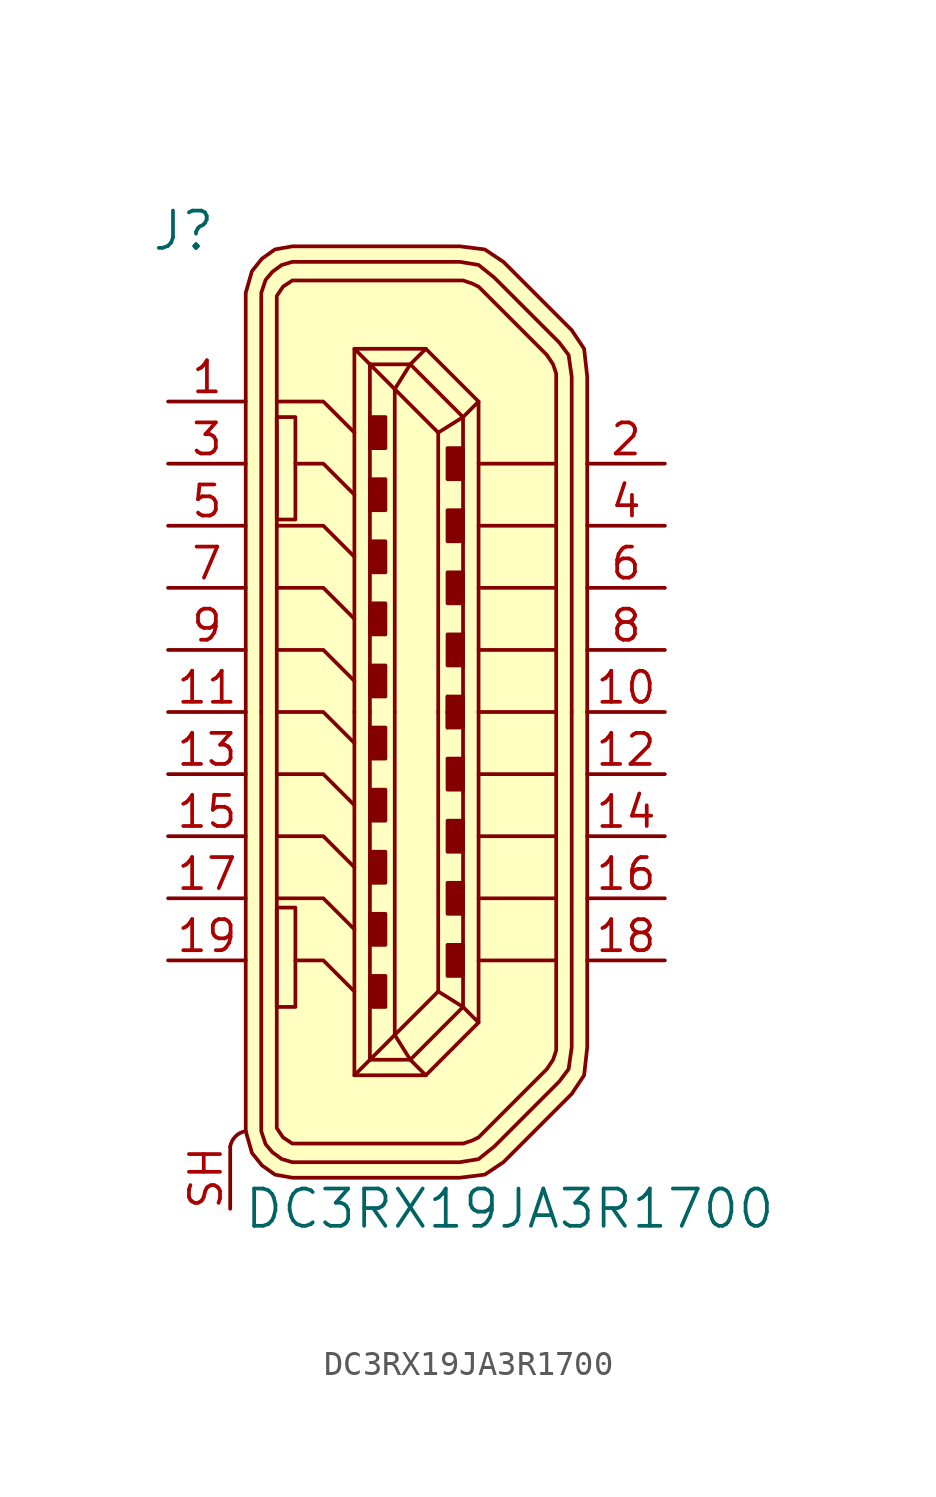
<source format=kicad_sym>
(kicad_symbol_lib
  (version 20201005)
  (generator kicad_symbol_editor)
  (symbol "DC3RX19JA3R1700"
    (pin_names
      (offset 1.016))
    (property "Reference" "J"
      (at -9.525 19.685 0)
      (effects (font (size 1.524 1.524))))
    (property "Value" "DC3RX19JA3R1700"
      (at 3.81 -20.32 0)
      (effects (font (size 1.524 1.524))))
    (symbol "DC3RX19JA3R1700_0_1"
      (arc (start -7.62 -17.78) (end -6.985 -17.145) (radius (at -6.858 -17.907) (length 0.762) (angles 170.5 99.5)) (stroke (width 0)) (fill (type none)))
      (rectangle (start -5.715 -12.065) (end -4.953 -8.001) (stroke (width 0)) (fill (type none)))
      (rectangle (start -5.715 12.065) (end -4.953 7.874) (stroke (width 0)) (fill (type none)))
      (rectangle (start -1.27 -12.065) (end -1.905 -10.795) (stroke (width 0)) (fill (type outline)))
      (rectangle (start -1.27 -9.525) (end -1.905 -8.255) (stroke (width 0)) (fill (type outline)))
      (rectangle (start -1.27 -6.985) (end -1.905 -5.715) (stroke (width 0)) (fill (type outline)))
      (rectangle (start -1.27 -4.445) (end -1.905 -3.175) (stroke (width 0)) (fill (type outline)))
      (rectangle (start -1.27 -1.905) (end -1.905 -0.635) (stroke (width 0)) (fill (type outline)))
      (rectangle (start -1.27 1.905) (end -1.905 0.635) (stroke (width 0)) (fill (type outline)))
      (rectangle (start -1.27 4.445) (end -1.905 3.175) (stroke (width 0)) (fill (type outline)))
      (rectangle (start -1.27 6.985) (end -1.905 5.715) (stroke (width 0)) (fill (type outline)))
      (rectangle (start -1.27 9.525) (end -1.905 8.255) (stroke (width 0)) (fill (type outline)))
      (rectangle (start -1.27 12.065) (end -1.905 10.795) (stroke (width 0)) (fill (type outline)))
      (rectangle (start 1.27 0) (end 1.27 -0.635) (stroke (width 0)) (fill (type none)))
      (rectangle (start 1.27 0) (end 1.27 0) (stroke (width 0)) (fill (type none)))
      (rectangle (start 1.27 0) (end 1.27 0.635) (stroke (width 0)) (fill (type none)))
      (rectangle (start 1.27 0) (end 1.905 -0.635) (stroke (width 0)) (fill (type outline)))
      (rectangle (start 1.27 0) (end 1.905 0.635) (stroke (width 0)) (fill (type outline)))
      (rectangle (start 1.905 -10.795) (end 1.27 -9.525) (stroke (width 0)) (fill (type outline)))
      (rectangle (start 1.905 -8.255) (end 1.27 -6.985) (stroke (width 0)) (fill (type outline)))
      (rectangle (start 1.905 -5.715) (end 1.27 -4.445) (stroke (width 0)) (fill (type outline)))
      (rectangle (start 1.905 -3.175) (end 1.27 -1.905) (stroke (width 0)) (fill (type outline)))
      (rectangle (start 1.905 -0.635) (end 1.905 -0.635) (stroke (width 0)) (fill (type none)))
      (rectangle (start 1.905 -0.635) (end 1.905 0) (stroke (width 0)) (fill (type none)))
      (rectangle (start 1.905 0.635) (end 1.905 0) (stroke (width 0)) (fill (type none)))
      (rectangle (start 1.905 0.635) (end 1.905 0.635) (stroke (width 0)) (fill (type none)))
      (rectangle (start 1.905 3.175) (end 1.27 1.905) (stroke (width 0)) (fill (type outline)))
      (rectangle (start 1.905 5.715) (end 1.27 4.445) (stroke (width 0)) (fill (type outline)))
      (rectangle (start 1.905 8.255) (end 1.27 6.985) (stroke (width 0)) (fill (type outline)))
      (rectangle (start 1.905 10.795) (end 1.27 9.525) (stroke (width 0)) (fill (type outline)))
      (polyline (pts (xy -2.54 -14.859) (xy 0.381 -14.859)) (stroke (width 0)) (fill (type none)))
      (polyline (pts (xy -2.54 14.859) (xy 0.381 14.859)) (stroke (width 0)) (fill (type none)))
      (polyline (pts (xy -0.254 -14.224) (xy -1.905 -14.224)) (stroke (width 0)) (fill (type none)))
      (polyline (pts (xy -0.254 -14.224) (xy -0.889 -13.208)) (stroke (width 0)) (fill (type none)))
      (polyline (pts (xy -0.254 -14.224) (xy 0.381 -14.859)) (stroke (width 0)) (fill (type none)))
      (polyline (pts (xy -0.254 14.224) (xy -1.905 14.224)) (stroke (width 0)) (fill (type none)))
      (polyline (pts (xy -0.254 14.224) (xy -0.889 13.208)) (stroke (width 0)) (fill (type none)))
      (polyline (pts (xy -0.254 14.224) (xy 0.381 14.859)) (stroke (width 0)) (fill (type none)))
      (polyline (pts (xy 1.905 -12.065) (xy -0.254 -14.224)) (stroke (width 0)) (fill (type none)))
      (polyline (pts (xy 1.905 12.065) (xy -0.254 14.224)) (stroke (width 0)) (fill (type none)))
      (polyline (pts (xy 2.54 -12.7) (xy 0.381 -14.859)) (stroke (width 0)) (fill (type none)))
      (polyline (pts (xy 2.54 12.7) (xy 0.381 14.859)) (stroke (width 0)) (fill (type none)))
      (polyline (pts (xy -2.54 -11.43) (xy -3.81 -10.16) (xy -4.953 -10.16)) (stroke (width 0)) (fill (type none)))
      (polyline (pts (xy -2.54 -8.89) (xy -3.81 -7.62) (xy -5.715 -7.62)) (stroke (width 0)) (fill (type none)))
      (polyline (pts (xy -2.54 -6.35) (xy -3.81 -5.08) (xy -5.715 -5.08)) (stroke (width 0)) (fill (type none)))
      (polyline (pts (xy -2.54 -3.81) (xy -3.81 -2.54) (xy -5.715 -2.54)) (stroke (width 0)) (fill (type none)))
      (polyline (pts (xy -2.54 -1.27) (xy -3.81 0) (xy -5.715 0)) (stroke (width 0)) (fill (type none)))
      (polyline (pts (xy -2.54 0) (xy -2.54 -14.859) (xy -1.778 -14.097)) (stroke (width 0)) (fill (type none)))
      (polyline (pts (xy -2.54 0) (xy -2.54 14.859) (xy -1.778 14.097)) (stroke (width 0)) (fill (type none)))
      (polyline (pts (xy -2.54 1.27) (xy -3.81 2.54) (xy -5.715 2.54)) (stroke (width 0)) (fill (type none)))
      (polyline (pts (xy -2.54 3.81) (xy -3.81 5.08) (xy -5.715 5.08)) (stroke (width 0)) (fill (type none)))
      (polyline (pts (xy -2.54 6.35) (xy -3.81 7.62) (xy -5.715 7.62)) (stroke (width 0)) (fill (type none)))
      (polyline (pts (xy -2.54 8.89) (xy -3.81 10.16) (xy -4.953 10.16)) (stroke (width 0)) (fill (type none)))
      (polyline (pts (xy -2.54 11.43) (xy -3.81 12.7) (xy -5.715 12.7)) (stroke (width 0)) (fill (type none)))
      (polyline (pts (xy -0.889 -13.208) (xy -1.905 -14.224) (xy -1.905 0)) (stroke (width 0)) (fill (type none)))
      (polyline (pts (xy -0.889 13.208) (xy -1.905 14.224) (xy -1.905 0)) (stroke (width 0)) (fill (type none)))
      (polyline (pts (xy 0.889 -11.43) (xy -0.889 -13.208) (xy -0.889 0)) (stroke (width 0)) (fill (type none)))
      (polyline (pts (xy 0.889 11.43) (xy -0.889 13.208) (xy -0.889 0)) (stroke (width 0)) (fill (type none)))
      (polyline (pts (xy 2.54 0) (xy 2.54 -12.7) (xy 1.905 -12.065)) (stroke (width 0)) (fill (type none)))
      (polyline (pts (xy 2.54 0) (xy 2.54 12.7) (xy 1.905 12.065)) (stroke (width 0)) (fill (type none)))
      (polyline (pts (xy 5.715 -10.16) (xy 3.81 -10.16) (xy 2.54 -10.16)) (stroke (width 0)) (fill (type none)))
      (polyline (pts (xy 5.715 -7.62) (xy 3.81 -7.62) (xy 2.54 -7.62)) (stroke (width 0)) (fill (type none)))
      (polyline (pts (xy 5.715 -5.08) (xy 3.81 -5.08) (xy 2.54 -5.08)) (stroke (width 0)) (fill (type none)))
      (polyline (pts (xy 5.715 -2.54) (xy 3.81 -2.54) (xy 2.54 -2.54)) (stroke (width 0)) (fill (type none)))
      (polyline (pts (xy 5.715 0) (xy 3.81 0) (xy 2.54 0)) (stroke (width 0)) (fill (type none)))
      (polyline (pts (xy 5.715 2.54) (xy 3.81 2.54) (xy 2.54 2.54)) (stroke (width 0)) (fill (type none)))
      (polyline (pts (xy 5.715 5.08) (xy 3.81 5.08) (xy 2.54 5.08)) (stroke (width 0)) (fill (type none)))
      (polyline (pts (xy 5.715 7.62) (xy 3.81 7.62) (xy 2.54 7.62)) (stroke (width 0)) (fill (type none)))
      (polyline (pts (xy 5.715 10.16) (xy 3.81 10.16) (xy 2.54 10.16)) (stroke (width 0)) (fill (type none)))
      (polyline (pts (xy 0.889 0) (xy 0.889 -11.43) (xy 1.905 -12.065) (xy 1.905 0)) (stroke (width 0)) (fill (type none)))
      (polyline (pts (xy 0.889 0) (xy 0.889 11.43) (xy 1.905 12.065) (xy 1.905 0)) (stroke (width 0)) (fill (type none)))
      (polyline (pts (xy 5.715 0) (xy 5.715 -13.843) (xy 5.588 -14.224) (xy 5.334 -14.605) (xy 2.54 -17.399) (xy 2.286 -17.526) (xy 1.905 -17.653) (xy -5.08 -17.653) (xy -5.461 -17.399) (xy -5.715 -17.018) (xy -5.715 0)) (stroke (width 0)) (fill (type none)))
      (polyline (pts (xy 5.715 0) (xy 5.715 13.843) (xy 5.588 14.224) (xy 5.334 14.605) (xy 2.54 17.399) (xy 2.286 17.526) (xy 1.905 17.653) (xy -5.08 17.653) (xy -5.461 17.399) (xy -5.715 17.018) (xy -5.715 0)) (stroke (width 0)) (fill (type none)))
      (polyline (pts (xy -6.985 0) (xy -6.985 -17.145) (xy -6.731 -18.034) (xy -6.325 -18.542) (xy -5.791 -18.923) (xy -5.08 -19.05) (xy 1.778 -19.05) (xy 2.794 -18.923) (xy 3.556 -18.415) (xy 6.35 -15.621) (xy 6.858 -14.859) (xy 6.985 -13.716) (xy 6.985 0)) (stroke (width 0)) (fill (type background)))
      (polyline (pts (xy -6.985 0) (xy -6.985 17.145) (xy -6.731 18.034) (xy -6.325 18.542) (xy -5.791 18.923) (xy -5.08 19.05) (xy 1.778 19.05) (xy 2.794 18.923) (xy 3.556 18.415) (xy 6.35 15.621) (xy 6.858 14.859) (xy 6.985 13.716) (xy 6.985 0)) (stroke (width 0)) (fill (type background)))
      (polyline (pts (xy 6.35 0) (xy 6.35 -13.716) (xy 6.223 -14.605) (xy 5.842 -15.113) (xy 3.175 -17.78) (xy 2.54 -18.288) (xy 1.778 -18.415) (xy -5.08 -18.415) (xy -5.512 -18.288) (xy -5.893 -18.009) (xy -6.172 -17.678) (xy -6.35 -17.145) (xy -6.35 0)) (stroke (width 0)) (fill (type none)))
      (polyline (pts (xy 6.35 0) (xy 6.35 13.716) (xy 6.223 14.605) (xy 5.842 15.113) (xy 3.175 17.78) (xy 2.54 18.288) (xy 1.778 18.415) (xy -5.08 18.415) (xy -5.512 18.288) (xy -5.893 18.009) (xy -6.172 17.678) (xy -6.35 17.145) (xy -6.35 0)) (stroke (width 0)) (fill (type none))))
    (symbol "DC3RX19JA3R1700_1_1"
      (pin passive line (at -10.16 12.7 0) (length 3.175) (name "~" (effects (font (size 1.27 1.27)))) (number "1" (effects (font (size 1.27 1.27)))))
      (pin passive line (at 10.16 10.16 180) (length 3.175) (name "~" (effects (font (size 1.27 1.27)))) (number "2" (effects (font (size 1.27 1.27)))))
      (pin passive line (at -10.16 10.16 0) (length 3.175) (name "~" (effects (font (size 1.27 1.27)))) (number "3" (effects (font (size 1.27 1.27)))))
      (pin passive line (at 10.16 7.62 180) (length 3.175) (name "~" (effects (font (size 1.27 1.27)))) (number "4" (effects (font (size 1.27 1.27)))))
      (pin passive line (at -10.16 7.62 0) (length 3.175) (name "~" (effects (font (size 1.27 1.27)))) (number "5" (effects (font (size 1.27 1.27)))))
      (pin passive line (at 10.16 5.08 180) (length 3.175) (name "~" (effects (font (size 1.27 1.27)))) (number "6" (effects (font (size 1.27 1.27)))))
      (pin passive line (at -10.16 5.08 0) (length 3.175) (name "~" (effects (font (size 1.27 1.27)))) (number "7" (effects (font (size 1.27 1.27)))))
      (pin passive line (at 10.16 2.54 180) (length 3.175) (name "~" (effects (font (size 1.27 1.27)))) (number "8" (effects (font (size 1.27 1.27)))))
      (pin passive line (at -10.16 2.54 0) (length 3.175) (name "~" (effects (font (size 1.27 1.27)))) (number "9" (effects (font (size 1.27 1.27)))))
      (pin passive line (at 10.16 0 180) (length 3.175) (name "~" (effects (font (size 1.27 1.27)))) (number "10" (effects (font (size 1.27 1.27)))))
      (pin passive line (at -10.16 0 0) (length 3.175) (name "~" (effects (font (size 1.27 1.27)))) (number "11" (effects (font (size 1.27 1.27)))))
      (pin passive line (at 10.16 -2.54 180) (length 3.175) (name "~" (effects (font (size 1.27 1.27)))) (number "12" (effects (font (size 1.27 1.27)))))
      (pin passive line (at -10.16 -2.54 0) (length 3.175) (name "~" (effects (font (size 1.27 1.27)))) (number "13" (effects (font (size 1.27 1.27)))))
      (pin passive line (at 10.16 -5.08 180) (length 3.175) (name "~" (effects (font (size 1.27 1.27)))) (number "14" (effects (font (size 1.27 1.27)))))
      (pin passive line (at -10.16 -5.08 0) (length 3.175) (name "~" (effects (font (size 1.27 1.27)))) (number "15" (effects (font (size 1.27 1.27)))))
      (pin passive line (at 10.16 -7.62 180) (length 3.175) (name "~" (effects (font (size 1.27 1.27)))) (number "16" (effects (font (size 1.27 1.27)))))
      (pin passive line (at -10.16 -7.62 0) (length 3.175) (name "~" (effects (font (size 1.27 1.27)))) (number "17" (effects (font (size 1.27 1.27)))))
      (pin passive line (at 10.16 -10.16 180) (length 3.175) (name "~" (effects (font (size 1.27 1.27)))) (number "18" (effects (font (size 1.27 1.27)))))
      (pin passive line (at -10.16 -10.16 0) (length 3.175) (name "~" (effects (font (size 1.27 1.27)))) (number "19" (effects (font (size 1.27 1.27)))))
      (pin input line (at -7.62 -20.32 90) (length 2.54) (name "~" (effects (font (size 1.27 1.27)))) (number "SH" (effects (font (size 1.27 1.27))))))))
</source>
